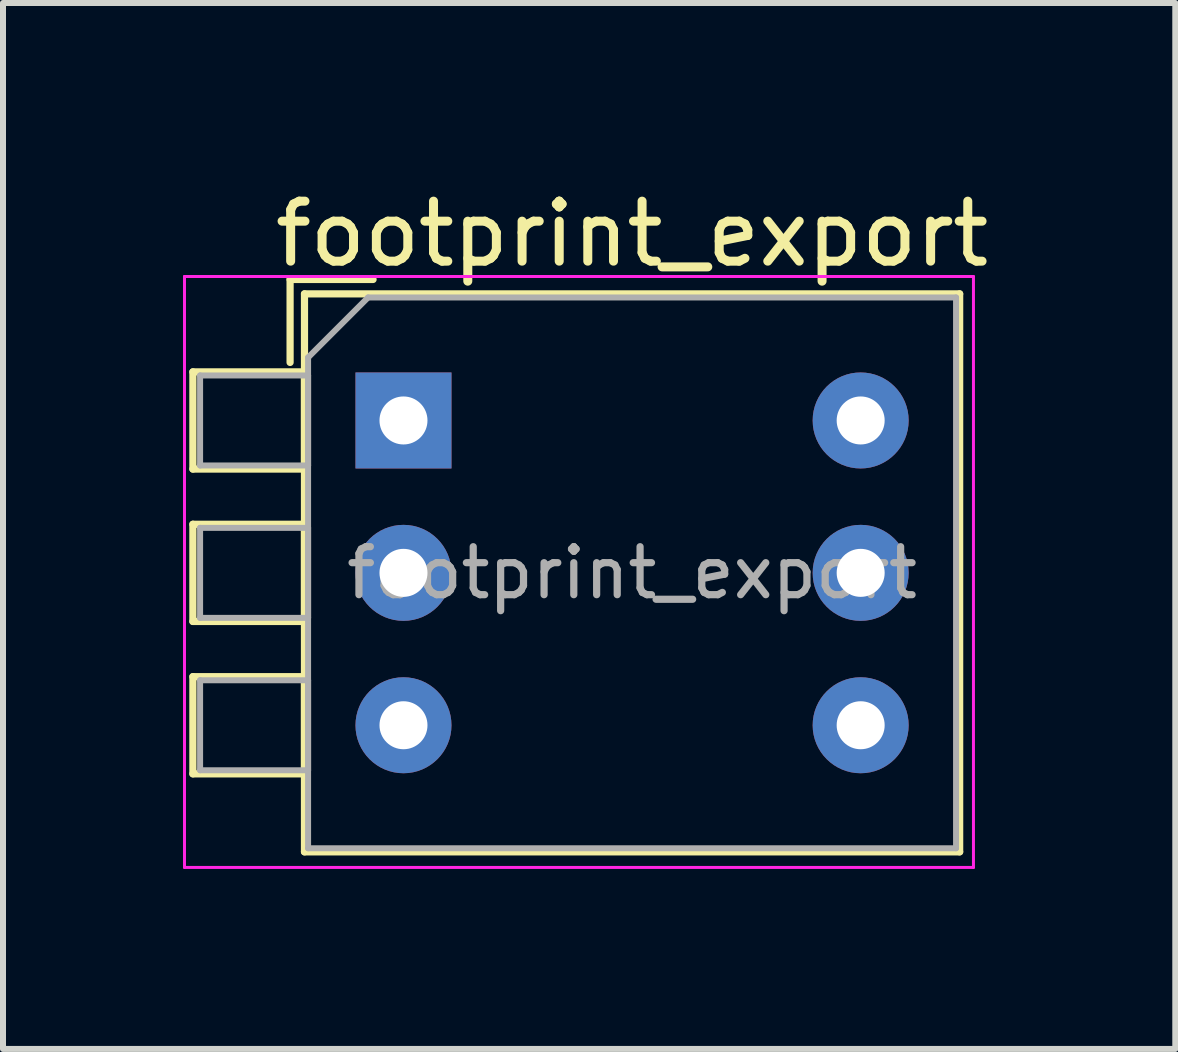
<source format=kicad_pcb>
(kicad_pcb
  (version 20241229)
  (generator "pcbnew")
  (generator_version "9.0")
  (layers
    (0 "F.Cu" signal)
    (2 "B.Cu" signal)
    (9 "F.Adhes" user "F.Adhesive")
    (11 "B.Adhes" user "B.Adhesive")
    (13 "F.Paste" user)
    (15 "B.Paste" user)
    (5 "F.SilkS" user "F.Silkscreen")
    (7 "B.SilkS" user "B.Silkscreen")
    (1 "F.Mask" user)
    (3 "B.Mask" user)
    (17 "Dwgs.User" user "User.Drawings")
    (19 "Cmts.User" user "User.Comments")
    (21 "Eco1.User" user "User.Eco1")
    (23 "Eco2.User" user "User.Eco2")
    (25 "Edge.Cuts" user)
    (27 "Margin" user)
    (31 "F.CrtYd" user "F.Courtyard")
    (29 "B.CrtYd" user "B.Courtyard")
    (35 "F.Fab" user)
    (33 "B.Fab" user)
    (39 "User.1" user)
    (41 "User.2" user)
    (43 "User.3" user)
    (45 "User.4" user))
  (footprint "footprint_export"
    (layer "F.Cu")
    (at 3.675 3.958)
    (property "Reference" "footprint_export" (at 3.81 -3.11 0) (layer "F.SilkS") (effects (font (size 1 1) (thickness 0.15))))
    (attr through_hole)
    (fp_line (start -3.51 -0.81) (end -3.51 0.81) (stroke (width 0.12) (type solid)) (layer "F.SilkS"))
    (fp_line (start -3.51 -0.81) (end -1.65 -0.81) (stroke (width 0.12) (type solid)) (layer "F.SilkS"))
    (fp_line (start -3.51 0.81) (end -1.65 0.81) (stroke (width 0.12) (type solid)) (layer "F.SilkS"))
    (fp_line (start -3.51 1.73) (end -3.51 3.35) (stroke (width 0.12) (type solid)) (layer "F.SilkS"))
    (fp_line (start -3.51 1.73) (end -1.65 1.73) (stroke (width 0.12) (type solid)) (layer "F.SilkS"))
    (fp_line (start -3.51 3.35) (end -1.65 3.35) (stroke (width 0.12) (type solid)) (layer "F.SilkS"))
    (fp_line (start -3.51 4.27) (end -3.51 5.89) (stroke (width 0.12) (type solid)) (layer "F.SilkS"))
    (fp_line (start -3.51 4.27) (end -1.65 4.27) (stroke (width 0.12) (type solid)) (layer "F.SilkS"))
    (fp_line (start -3.51 5.89) (end -1.65 5.89) (stroke (width 0.12) (type solid)) (layer "F.SilkS"))
    (fp_line (start -1.89 -2.35) (end -1.89 -0.967) (stroke (width 0.12) (type solid)) (layer "F.SilkS"))
    (fp_line (start -1.89 -2.35) (end -0.507 -2.35) (stroke (width 0.12) (type solid)) (layer "F.SilkS"))
    (fp_line (start -1.65 -2.11) (end -1.65 7.19) (stroke (width 0.12) (type solid)) (layer "F.SilkS"))
    (fp_line (start -1.65 -2.11) (end 9.27 -2.11) (stroke (width 0.12) (type solid)) (layer "F.SilkS"))
    (fp_line (start -1.65 -0.81) (end -1.65 0.81) (stroke (width 0.12) (type solid)) (layer "F.SilkS"))
    (fp_line (start -1.65 1.73) (end -1.65 3.35) (stroke (width 0.12) (type solid)) (layer "F.SilkS"))
    (fp_line (start -1.65 4.27) (end -1.65 5.89) (stroke (width 0.12) (type solid)) (layer "F.SilkS"))
    (fp_line (start -1.65 7.19) (end 9.27 7.19) (stroke (width 0.12) (type solid)) (layer "F.SilkS"))
    (fp_line (start 9.27 -2.11) (end 9.27 7.19) (stroke (width 0.12) (type solid)) (layer "F.SilkS"))
    (fp_line (start -3.65 -2.4) (end -3.65 7.45) (stroke (width 0.05) (type solid)) (layer "F.CrtYd"))
    (fp_line (start -3.65 7.45) (end 9.5 7.45) (stroke (width 0.05) (type solid)) (layer "F.CrtYd"))
    (fp_line (start 9.5 -2.4) (end -3.65 -2.4) (stroke (width 0.05) (type solid)) (layer "F.CrtYd"))
    (fp_line (start 9.5 7.45) (end 9.5 -2.4) (stroke (width 0.05) (type solid)) (layer "F.CrtYd"))
    (fp_line (start -3.39 -0.75) (end -1.59 -0.75) (stroke (width 0.1) (type solid)) (layer "F.Fab"))
    (fp_line (start -3.39 0.75) (end -3.39 -0.75) (stroke (width 0.1) (type solid)) (layer "F.Fab"))
    (fp_line (start -3.39 1.79) (end -1.59 1.79) (stroke (width 0.1) (type solid)) (layer "F.Fab"))
    (fp_line (start -3.39 3.29) (end -3.39 1.79) (stroke (width 0.1) (type solid)) (layer "F.Fab"))
    (fp_line (start -3.39 4.33) (end -1.59 4.33) (stroke (width 0.1) (type solid)) (layer "F.Fab"))
    (fp_line (start -3.39 5.83) (end -3.39 4.33) (stroke (width 0.1) (type solid)) (layer "F.Fab"))
    (fp_line (start -1.59 -1.05) (end -0.59 -2.05) (stroke (width 0.1) (type solid)) (layer "F.Fab"))
    (fp_line (start -1.59 -0.75) (end -1.59 0.75) (stroke (width 0.1) (type solid)) (layer "F.Fab"))
    (fp_line (start -1.59 0.75) (end -3.39 0.75) (stroke (width 0.1) (type solid)) (layer "F.Fab"))
    (fp_line (start -1.59 1.79) (end -1.59 3.29) (stroke (width 0.1) (type solid)) (layer "F.Fab"))
    (fp_line (start -1.59 3.29) (end -3.39 3.29) (stroke (width 0.1) (type solid)) (layer "F.Fab"))
    (fp_line (start -1.59 4.33) (end -1.59 5.83) (stroke (width 0.1) (type solid)) (layer "F.Fab"))
    (fp_line (start -1.59 5.83) (end -3.39 5.83) (stroke (width 0.1) (type solid)) (layer "F.Fab"))
    (fp_line (start -1.59 7.13) (end -1.59 -1.05) (stroke (width 0.1) (type solid)) (layer "F.Fab"))
    (fp_line (start -0.59 -2.05) (end 9.21 -2.05) (stroke (width 0.1) (type solid)) (layer "F.Fab"))
    (fp_line (start 9.21 -2.05) (end 9.21 7.13) (stroke (width 0.1) (type solid)) (layer "F.Fab"))
    (fp_line (start 9.21 7.13) (end -1.59 7.13) (stroke (width 0.1) (type solid)) (layer "F.Fab"))
    (fp_text user "${REFERENCE}" (at 3.81 2.54 0) (layer "F.Fab") (effects (font (size 0.8 0.8) (thickness 0.12))))
    (pad "1" thru_hole rect (at 0 0) (size 1.6 1.6) (drill 0.8) (layers "*.Cu" "*.Mask"))
    (pad "2" thru_hole oval (at 0 2.54) (size 1.6 1.6) (drill 0.8) (layers "*.Cu" "*.Mask"))
    (pad "3" thru_hole oval (at 0 5.08) (size 1.6 1.6) (drill 0.8) (layers "*.Cu" "*.Mask"))
    (pad "4" thru_hole oval (at 7.62 5.08) (size 1.6 1.6) (drill 0.8) (layers "*.Cu" "*.Mask"))
    (pad "5" thru_hole oval (at 7.62 2.54) (size 1.6 1.6) (drill 0.8) (layers "*.Cu" "*.Mask"))
    (pad "6" thru_hole oval (at 7.62 0) (size 1.6 1.6) (drill 0.8) (layers "*.Cu" "*.Mask")))
  (gr_rect
    (start -3 -3)
    (end 16.539 14.433)
    (stroke (width 0.1) (type default))
    (fill no)
    (layer "Edge.Cuts")))
</source>
